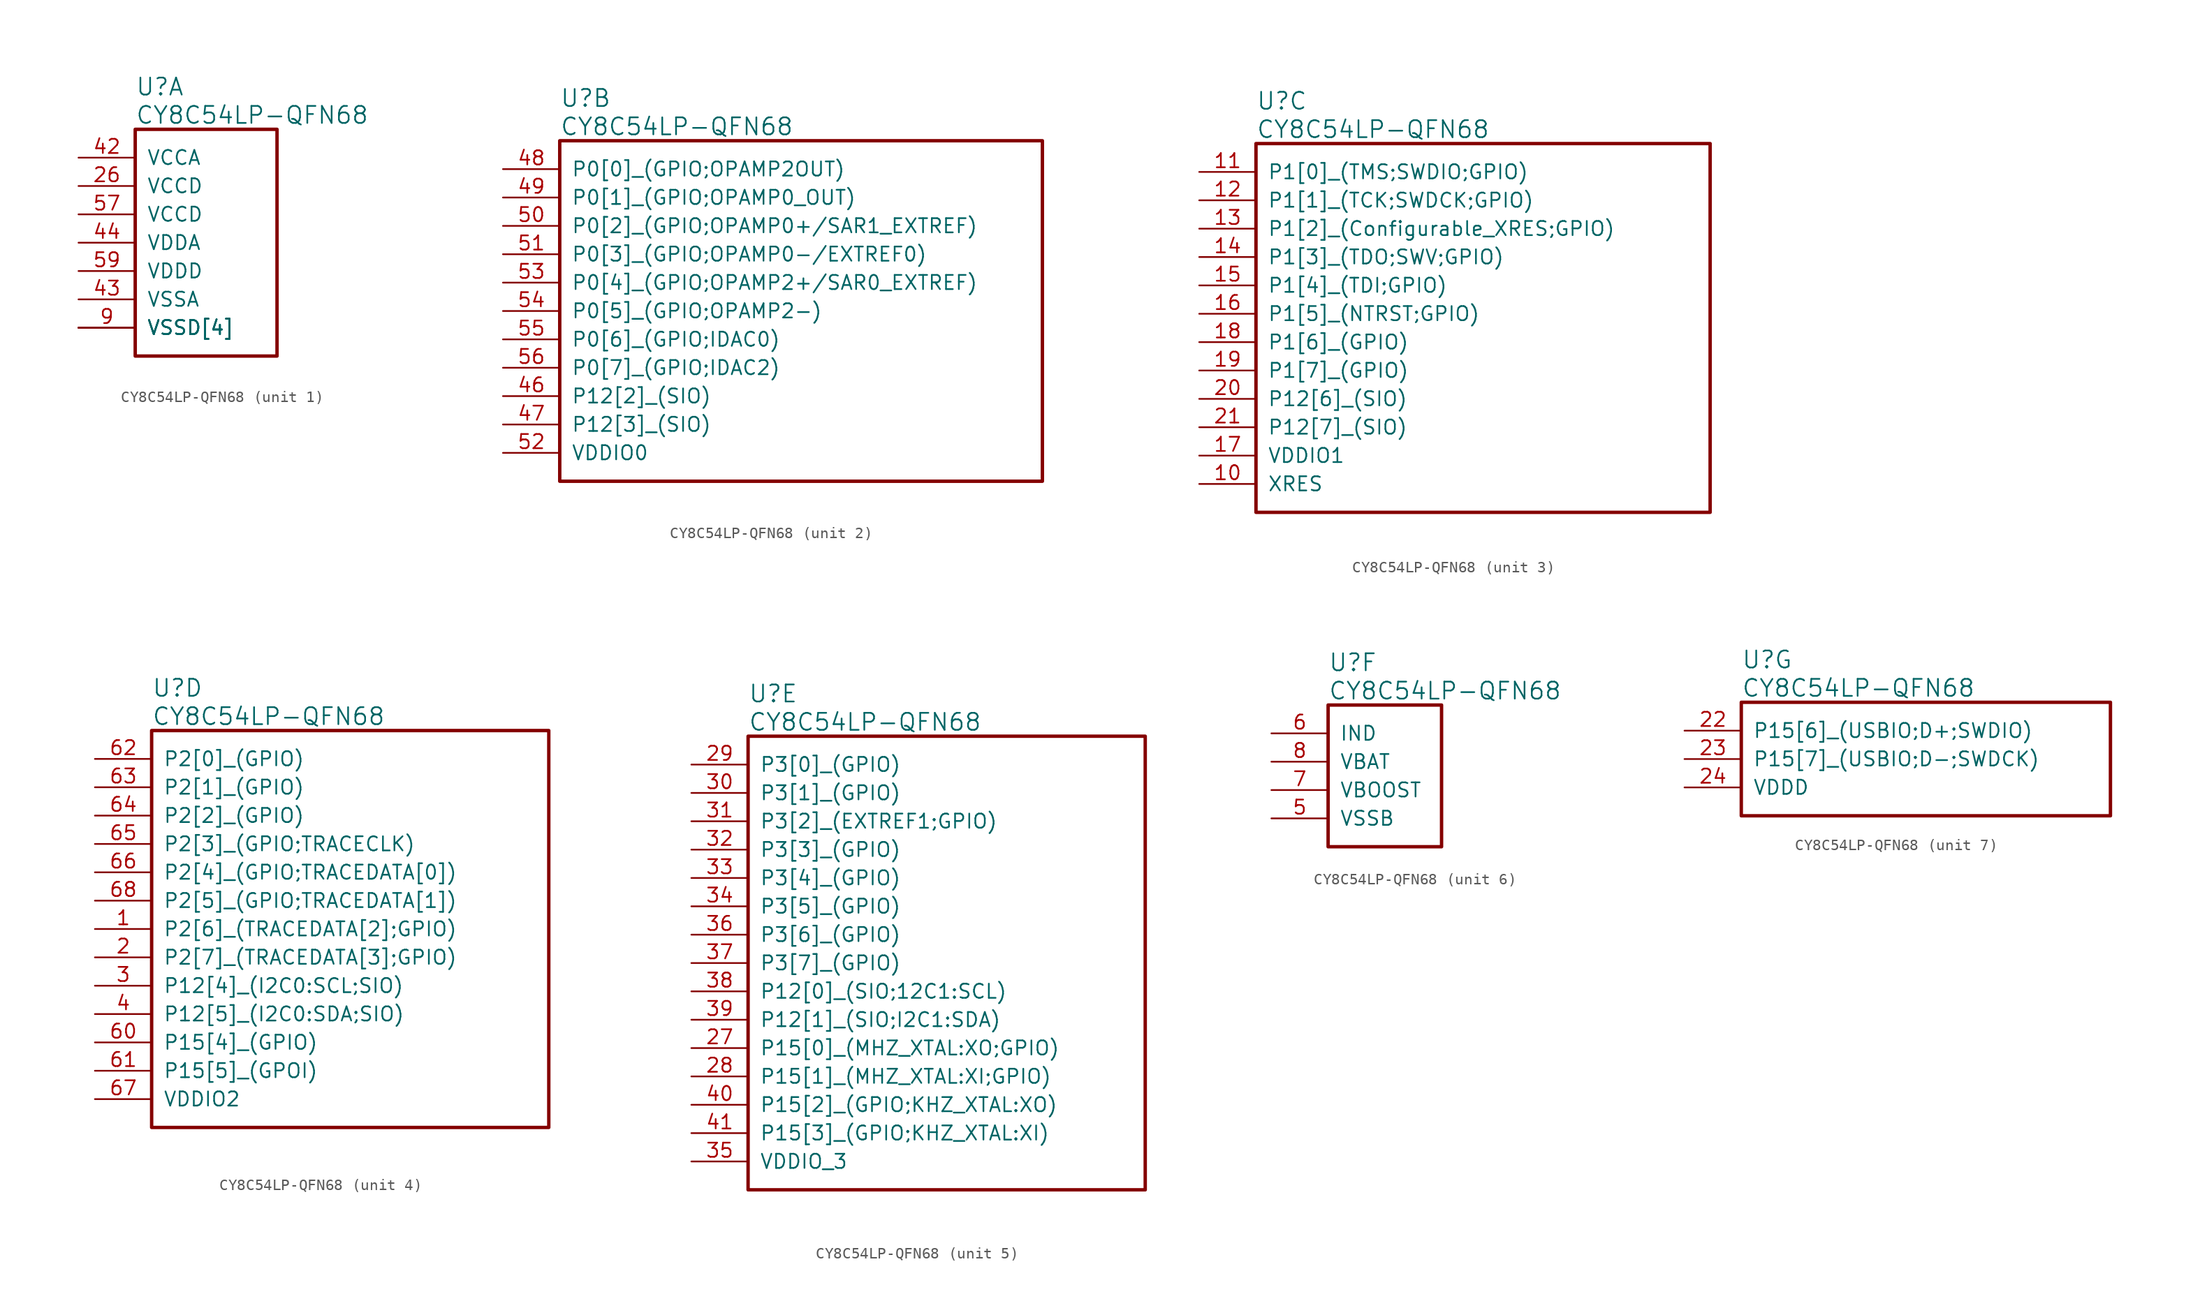
<source format=kicad_sym>
(kicad_symbol_lib
  (version 20241209)
  (generator "kicad_symbol_editor")
  (generator_version "9.0")
  (symbol "CY8C54LP-QFN68"
    (pin_names
      (offset 1.016))
    (property "Reference" "U"
      (at 5.08 6.35 0)
      (effects (font (size 1.524 1.524)) (justify left)))
    (property "Value" "CY8C54LP-QFN68"
      (at 5.08 3.81 0)
      (effects (font (size 1.524 1.524)) (justify left)))
    (property "ki_locked" ""
      (at 0 0 0)
      (effects (font (size 1.27 1.27))))
    (symbol "CY8C54LP-QFN68_1_1"
      (rectangle (start 5.08 2.54) (end 17.78 -17.78) (stroke (width 0.305) (type solid)) (fill (type none)))
      (pin power_out line (at 0 0 0) (length 5.08) (name "VCCA" (effects (font (size 1.27 1.27)))) (number "42" (effects (font (size 1.27 1.27)))))
      (pin power_out line (at 0 -2.54 0) (length 5.08) (name "VCCD" (effects (font (size 1.27 1.27)))) (number "26" (effects (font (size 1.27 1.27)))))
      (pin power_out line (at 0 -5.08 0) (length 5.08) (name "VCCD" (effects (font (size 1.27 1.27)))) (number "57" (effects (font (size 1.27 1.27)))))
      (pin power_in line (at 0 -7.62 0) (length 5.08) (name "VDDA" (effects (font (size 1.27 1.27)))) (number "44" (effects (font (size 1.27 1.27)))))
      (pin power_in line (at 0 -10.16 0) (length 5.08) (name "VDDD" (effects (font (size 1.27 1.27)))) (number "59" (effects (font (size 1.27 1.27)))))
      (pin power_in line (at 0 -12.7 0) (length 5.08) (name "VSSA" (effects (font (size 1.27 1.27)))) (number "43" (effects (font (size 1.27 1.27)))))
      (pin power_in line (at 0 -15.24 0) (length 5.08) (name "VSSD[4]" (effects (font (size 1.27 1.27)))) (number "25" (effects (font (size 0 0)))))
      (pin power_in line (at 0 -15.24 0) (length 5.08) (name "VSSD[4]" (effects (font (size 1.27 1.27)))) (number "45" (effects (font (size 0 0)))))
      (pin power_in line (at 0 -15.24 0) (length 5.08) (name "VSSD[4]" (effects (font (size 1.27 1.27)))) (number "58" (effects (font (size 0 0)))))
      (pin power_in line (at 0 -15.24 0) (length 5.08) (name "VSSD[4]" (effects (font (size 1.27 1.27)))) (number "9" (effects (font (size 1.27 1.27))))))
    (symbol "CY8C54LP-QFN68_2_1"
      (rectangle (start 5.08 2.54) (end 48.26 -27.94) (stroke (width 0.305) (type solid)) (fill (type none)))
      (pin bidirectional line (at 0 0 0) (length 5.08) (name "P0[0]_(GPIO;OPAMP2OUT)" (effects (font (size 1.27 1.27)))) (number "48" (effects (font (size 1.27 1.27)))))
      (pin bidirectional line (at 0 -2.54 0) (length 5.08) (name "P0[1]_(GPIO;OPAMP0_OUT)" (effects (font (size 1.27 1.27)))) (number "49" (effects (font (size 1.27 1.27)))))
      (pin bidirectional line (at 0 -5.08 0) (length 5.08) (name "P0[2]_(GPIO;OPAMP0+/SAR1_EXTREF)" (effects (font (size 1.27 1.27)))) (number "50" (effects (font (size 1.27 1.27)))))
      (pin bidirectional line (at 0 -7.62 0) (length 5.08) (name "P0[3]_(GPIO;OPAMP0-/EXTREF0)" (effects (font (size 1.27 1.27)))) (number "51" (effects (font (size 1.27 1.27)))))
      (pin bidirectional line (at 0 -10.16 0) (length 5.08) (name "P0[4]_(GPIO;OPAMP2+/SAR0_EXTREF)" (effects (font (size 1.27 1.27)))) (number "53" (effects (font (size 1.27 1.27)))))
      (pin bidirectional line (at 0 -12.7 0) (length 5.08) (name "P0[5]_(GPIO;OPAMP2-)" (effects (font (size 1.27 1.27)))) (number "54" (effects (font (size 1.27 1.27)))))
      (pin bidirectional line (at 0 -15.24 0) (length 5.08) (name "P0[6]_(GPIO;IDAC0)" (effects (font (size 1.27 1.27)))) (number "55" (effects (font (size 1.27 1.27)))))
      (pin bidirectional line (at 0 -17.78 0) (length 5.08) (name "P0[7]_(GPIO;IDAC2)" (effects (font (size 1.27 1.27)))) (number "56" (effects (font (size 1.27 1.27)))))
      (pin bidirectional line (at 0 -20.32 0) (length 5.08) (name "P12[2]_(SIO)" (effects (font (size 1.27 1.27)))) (number "46" (effects (font (size 1.27 1.27)))))
      (pin bidirectional line (at 0 -22.86 0) (length 5.08) (name "P12[3]_(SIO)" (effects (font (size 1.27 1.27)))) (number "47" (effects (font (size 1.27 1.27)))))
      (pin power_in line (at 0 -25.4 0) (length 5.08) (name "VDDIO0" (effects (font (size 1.27 1.27)))) (number "52" (effects (font (size 1.27 1.27))))))
    (symbol "CY8C54LP-QFN68_3_1"
      (rectangle (start 5.08 2.54) (end 45.72 -30.48) (stroke (width 0.305) (type solid)) (fill (type none)))
      (pin bidirectional line (at 0 0 0) (length 5.08) (name "P1[0]_(TMS;SWDIO;GPIO)" (effects (font (size 1.27 1.27)))) (number "11" (effects (font (size 1.27 1.27)))))
      (pin bidirectional line (at 0 -2.54 0) (length 5.08) (name "P1[1]_(TCK;SWDCK;GPIO)" (effects (font (size 1.27 1.27)))) (number "12" (effects (font (size 1.27 1.27)))))
      (pin bidirectional line (at 0 -5.08 0) (length 5.08) (name "P1[2]_(Configurable_XRES;GPIO)" (effects (font (size 1.27 1.27)))) (number "13" (effects (font (size 1.27 1.27)))))
      (pin bidirectional line (at 0 -7.62 0) (length 5.08) (name "P1[3]_(TDO;SWV;GPIO)" (effects (font (size 1.27 1.27)))) (number "14" (effects (font (size 1.27 1.27)))))
      (pin bidirectional line (at 0 -10.16 0) (length 5.08) (name "P1[4]_(TDI;GPIO)" (effects (font (size 1.27 1.27)))) (number "15" (effects (font (size 1.27 1.27)))))
      (pin bidirectional line (at 0 -12.7 0) (length 5.08) (name "P1[5]_(NTRST;GPIO)" (effects (font (size 1.27 1.27)))) (number "16" (effects (font (size 1.27 1.27)))))
      (pin bidirectional line (at 0 -15.24 0) (length 5.08) (name "P1[6]_(GPIO)" (effects (font (size 1.27 1.27)))) (number "18" (effects (font (size 1.27 1.27)))))
      (pin bidirectional line (at 0 -17.78 0) (length 5.08) (name "P1[7]_(GPIO)" (effects (font (size 1.27 1.27)))) (number "19" (effects (font (size 1.27 1.27)))))
      (pin bidirectional line (at 0 -20.32 0) (length 5.08) (name "P12[6]_(SIO)" (effects (font (size 1.27 1.27)))) (number "20" (effects (font (size 1.27 1.27)))))
      (pin bidirectional line (at 0 -22.86 0) (length 5.08) (name "P12[7]_(SIO)" (effects (font (size 1.27 1.27)))) (number "21" (effects (font (size 1.27 1.27)))))
      (pin power_in line (at 0 -25.4 0) (length 5.08) (name "VDDIO1" (effects (font (size 1.27 1.27)))) (number "17" (effects (font (size 1.27 1.27)))))
      (pin input line (at 0 -27.94 0) (length 5.08) (name "XRES" (effects (font (size 1.27 1.27)))) (number "10" (effects (font (size 1.27 1.27))))))
    (symbol "CY8C54LP-QFN68_4_1"
      (rectangle (start 5.08 2.54) (end 40.64 -33.02) (stroke (width 0.305) (type solid)) (fill (type none)))
      (pin bidirectional line (at 0 0 0) (length 5.08) (name "P2[0]_(GPIO)" (effects (font (size 1.27 1.27)))) (number "62" (effects (font (size 1.27 1.27)))))
      (pin bidirectional line (at 0 -2.54 0) (length 5.08) (name "P2[1]_(GPIO)" (effects (font (size 1.27 1.27)))) (number "63" (effects (font (size 1.27 1.27)))))
      (pin bidirectional line (at 0 -5.08 0) (length 5.08) (name "P2[2]_(GPIO)" (effects (font (size 1.27 1.27)))) (number "64" (effects (font (size 1.27 1.27)))))
      (pin bidirectional line (at 0 -7.62 0) (length 5.08) (name "P2[3]_(GPIO;TRACECLK)" (effects (font (size 1.27 1.27)))) (number "65" (effects (font (size 1.27 1.27)))))
      (pin bidirectional line (at 0 -10.16 0) (length 5.08) (name "P2[4]_(GPIO;TRACEDATA[0])" (effects (font (size 1.27 1.27)))) (number "66" (effects (font (size 1.27 1.27)))))
      (pin bidirectional line (at 0 -12.7 0) (length 5.08) (name "P2[5]_(GPIO;TRACEDATA[1])" (effects (font (size 1.27 1.27)))) (number "68" (effects (font (size 1.27 1.27)))))
      (pin bidirectional line (at 0 -15.24 0) (length 5.08) (name "P2[6]_(TRACEDATA[2];GPIO)" (effects (font (size 1.27 1.27)))) (number "1" (effects (font (size 1.27 1.27)))))
      (pin bidirectional line (at 0 -17.78 0) (length 5.08) (name "P2[7]_(TRACEDATA[3];GPIO)" (effects (font (size 1.27 1.27)))) (number "2" (effects (font (size 1.27 1.27)))))
      (pin bidirectional line (at 0 -20.32 0) (length 5.08) (name "P12[4]_(I2C0:SCL;SIO)" (effects (font (size 1.27 1.27)))) (number "3" (effects (font (size 1.27 1.27)))))
      (pin bidirectional line (at 0 -22.86 0) (length 5.08) (name "P12[5]_(I2C0:SDA;SIO)" (effects (font (size 1.27 1.27)))) (number "4" (effects (font (size 1.27 1.27)))))
      (pin bidirectional line (at 0 -25.4 0) (length 5.08) (name "P15[4]_(GPIO)" (effects (font (size 1.27 1.27)))) (number "60" (effects (font (size 1.27 1.27)))))
      (pin bidirectional line (at 0 -27.94 0) (length 5.08) (name "P15[5]_(GPOI)" (effects (font (size 1.27 1.27)))) (number "61" (effects (font (size 1.27 1.27)))))
      (pin power_in line (at 0 -30.48 0) (length 5.08) (name "VDDIO2" (effects (font (size 1.27 1.27)))) (number "67" (effects (font (size 1.27 1.27))))))
    (symbol "CY8C54LP-QFN68_5_1"
      (rectangle (start 5.08 2.54) (end 40.64 -38.1) (stroke (width 0.305) (type solid)) (fill (type none)))
      (pin bidirectional line (at 0 0 0) (length 5.08) (name "P3[0]_(GPIO)" (effects (font (size 1.27 1.27)))) (number "29" (effects (font (size 1.27 1.27)))))
      (pin bidirectional line (at 0 -2.54 0) (length 5.08) (name "P3[1]_(GPIO)" (effects (font (size 1.27 1.27)))) (number "30" (effects (font (size 1.27 1.27)))))
      (pin bidirectional line (at 0 -5.08 0) (length 5.08) (name "P3[2]_(EXTREF1;GPIO)" (effects (font (size 1.27 1.27)))) (number "31" (effects (font (size 1.27 1.27)))))
      (pin bidirectional line (at 0 -7.62 0) (length 5.08) (name "P3[3]_(GPIO)" (effects (font (size 1.27 1.27)))) (number "32" (effects (font (size 1.27 1.27)))))
      (pin bidirectional line (at 0 -10.16 0) (length 5.08) (name "P3[4]_(GPIO)" (effects (font (size 1.27 1.27)))) (number "33" (effects (font (size 1.27 1.27)))))
      (pin bidirectional line (at 0 -12.7 0) (length 5.08) (name "P3[5]_(GPIO)" (effects (font (size 1.27 1.27)))) (number "34" (effects (font (size 1.27 1.27)))))
      (pin bidirectional line (at 0 -15.24 0) (length 5.08) (name "P3[6]_(GPIO)" (effects (font (size 1.27 1.27)))) (number "36" (effects (font (size 1.27 1.27)))))
      (pin bidirectional line (at 0 -17.78 0) (length 5.08) (name "P3[7]_(GPIO)" (effects (font (size 1.27 1.27)))) (number "37" (effects (font (size 1.27 1.27)))))
      (pin bidirectional line (at 0 -20.32 0) (length 5.08) (name "P12[0]_(SIO;12C1:SCL)" (effects (font (size 1.27 1.27)))) (number "38" (effects (font (size 1.27 1.27)))))
      (pin bidirectional line (at 0 -22.86 0) (length 5.08) (name "P12[1]_(SIO;I2C1:SDA)" (effects (font (size 1.27 1.27)))) (number "39" (effects (font (size 1.27 1.27)))))
      (pin bidirectional line (at 0 -25.4 0) (length 5.08) (name "P15[0]_(MHZ_XTAL:XO;GPIO)" (effects (font (size 1.27 1.27)))) (number "27" (effects (font (size 1.27 1.27)))))
      (pin bidirectional line (at 0 -27.94 0) (length 5.08) (name "P15[1]_(MHZ_XTAL:XI;GPIO)" (effects (font (size 1.27 1.27)))) (number "28" (effects (font (size 1.27 1.27)))))
      (pin bidirectional line (at 0 -30.48 0) (length 5.08) (name "P15[2]_(GPIO;KHZ_XTAL:XO)" (effects (font (size 1.27 1.27)))) (number "40" (effects (font (size 1.27 1.27)))))
      (pin bidirectional line (at 0 -33.02 0) (length 5.08) (name "P15[3]_(GPIO;KHZ_XTAL:XI)" (effects (font (size 1.27 1.27)))) (number "41" (effects (font (size 1.27 1.27)))))
      (pin power_in line (at 0 -35.56 0) (length 5.08) (name "VDDIO_3" (effects (font (size 1.27 1.27)))) (number "35" (effects (font (size 1.27 1.27))))))
    (symbol "CY8C54LP-QFN68_6_1"
      (rectangle (start 5.08 2.54) (end 15.24 -10.16) (stroke (width 0.305) (type solid)) (fill (type none)))
      (pin passive line (at 0 0 0) (length 5.08) (name "IND" (effects (font (size 1.27 1.27)))) (number "6" (effects (font (size 1.27 1.27)))))
      (pin power_in line (at 0 -2.54 0) (length 5.08) (name "VBAT" (effects (font (size 1.27 1.27)))) (number "8" (effects (font (size 1.27 1.27)))))
      (pin input line (at 0 -5.08 0) (length 5.08) (name "VBOOST" (effects (font (size 1.27 1.27)))) (number "7" (effects (font (size 1.27 1.27)))))
      (pin power_in line (at 0 -7.62 0) (length 5.08) (name "VSSB" (effects (font (size 1.27 1.27)))) (number "5" (effects (font (size 1.27 1.27))))))
    (symbol "CY8C54LP-QFN68_7_1"
      (rectangle (start 5.08 2.54) (end 38.1 -7.62) (stroke (width 0.305) (type solid)) (fill (type none)))
      (pin bidirectional line (at 0 0 0) (length 5.08) (name "P15[6]_(USBIO;D+;SWDIO)" (effects (font (size 1.27 1.27)))) (number "22" (effects (font (size 1.27 1.27)))))
      (pin bidirectional line (at 0 -2.54 0) (length 5.08) (name "P15[7]_(USBIO;D-;SWDCK)" (effects (font (size 1.27 1.27)))) (number "23" (effects (font (size 1.27 1.27)))))
      (pin power_in line (at 0 -5.08 0) (length 5.08) (name "VDDD" (effects (font (size 1.27 1.27)))) (number "24" (effects (font (size 1.27 1.27))))))))
</source>
